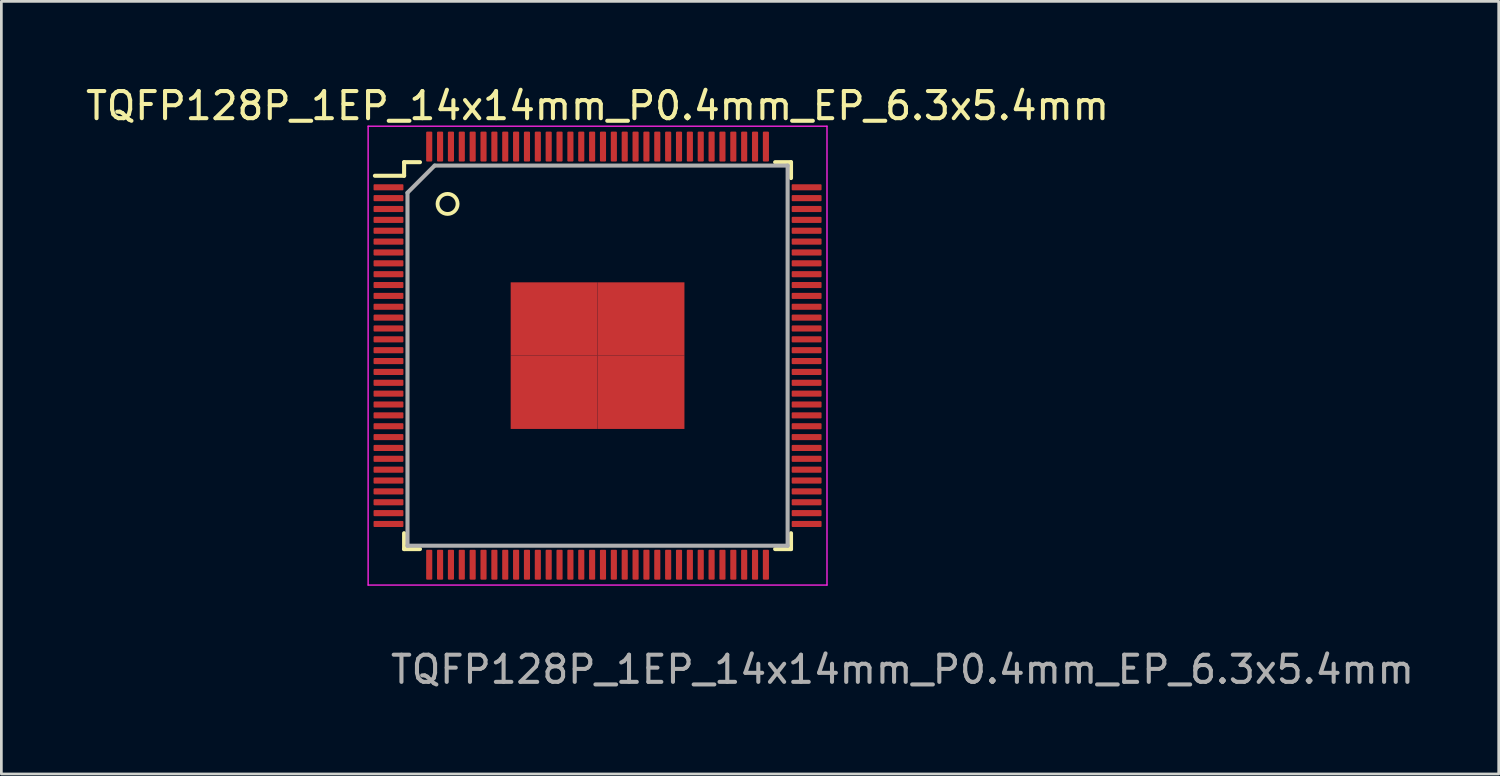
<source format=kicad_pcb>
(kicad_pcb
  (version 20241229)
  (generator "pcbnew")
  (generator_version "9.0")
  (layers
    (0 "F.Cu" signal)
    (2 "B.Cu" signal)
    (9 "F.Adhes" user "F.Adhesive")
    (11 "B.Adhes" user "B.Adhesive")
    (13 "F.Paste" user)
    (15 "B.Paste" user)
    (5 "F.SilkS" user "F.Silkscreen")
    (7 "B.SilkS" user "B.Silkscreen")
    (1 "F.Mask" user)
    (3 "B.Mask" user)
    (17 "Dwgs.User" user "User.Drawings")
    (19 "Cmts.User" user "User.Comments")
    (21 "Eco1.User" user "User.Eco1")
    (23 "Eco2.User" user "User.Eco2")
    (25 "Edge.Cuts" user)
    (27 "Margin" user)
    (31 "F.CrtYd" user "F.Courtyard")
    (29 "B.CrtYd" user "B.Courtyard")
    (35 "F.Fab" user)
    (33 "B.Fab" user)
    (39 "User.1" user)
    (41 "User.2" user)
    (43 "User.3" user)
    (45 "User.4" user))
  (footprint "TQFP128P_1EP_14x14mm_P0.4mm_EP_6.3x5.4mm"
    (layer "F.Cu")
    (at 18.958 10.048)
    (property "Reference" "TQFP128P_1EP_14x14mm_P0.4mm_EP_6.3x5.4mm" (at 0 -9.2 0) (layer "F.SilkS") (effects (font (size 1 1) (thickness 0.15))))
    (attr smd)
    (fp_line (start -7.125 -7.125) (end -7.125 -6.625) (stroke (width 0.15) (type solid)) (layer "F.SilkS"))
    (fp_line (start -7.125 -7.125) (end -6.54 -7.125) (stroke (width 0.15) (type solid)) (layer "F.SilkS"))
    (fp_line (start -7.125 -6.625) (end -8.2 -6.625) (stroke (width 0.15) (type solid)) (layer "F.SilkS"))
    (fp_line (start -7.125 7.125) (end -7.125 6.54) (stroke (width 0.15) (type solid)) (layer "F.SilkS"))
    (fp_line (start -7.125 7.125) (end -6.54 7.125) (stroke (width 0.15) (type solid)) (layer "F.SilkS"))
    (fp_line (start 7.125 -7.125) (end 6.54 -7.125) (stroke (width 0.15) (type solid)) (layer "F.SilkS"))
    (fp_line (start 7.125 -7.125) (end 7.125 -6.54) (stroke (width 0.15) (type solid)) (layer "F.SilkS"))
    (fp_line (start 7.125 7.125) (end 6.54 7.125) (stroke (width 0.15) (type solid)) (layer "F.SilkS"))
    (fp_line (start 7.125 7.125) (end 7.125 6.54) (stroke (width 0.15) (type solid)) (layer "F.SilkS"))
    (fp_circle (center -5.524 -5.588) (end -5.334 -5.271) (stroke (width 0.14) (type solid)) (fill no) (layer "F.SilkS"))
    (fp_line (start -8.45 -8.45) (end -8.45 8.45) (stroke (width 0.05) (type solid)) (layer "F.CrtYd"))
    (fp_line (start -8.45 -8.45) (end 8.45 -8.45) (stroke (width 0.05) (type solid)) (layer "F.CrtYd"))
    (fp_line (start -8.45 8.45) (end 8.45 8.45) (stroke (width 0.05) (type solid)) (layer "F.CrtYd"))
    (fp_line (start 8.45 -8.45) (end 8.45 8.45) (stroke (width 0.05) (type solid)) (layer "F.CrtYd"))
    (fp_line (start -7 -6) (end -6 -7) (stroke (width 0.15) (type solid)) (layer "F.Fab"))
    (fp_line (start -7 7) (end -7 -6) (stroke (width 0.15) (type solid)) (layer "F.Fab"))
    (fp_line (start -6 -7) (end 7 -7) (stroke (width 0.15) (type solid)) (layer "F.Fab"))
    (fp_line (start 7 -7) (end 7 7) (stroke (width 0.15) (type solid)) (layer "F.Fab"))
    (fp_line (start 7 7) (end -7 7) (stroke (width 0.15) (type solid)) (layer "F.Fab"))
    (fp_text user "${REFERENCE}" (at 11.23 11.56 0) (layer "F.Fab") (effects (font (size 1 1) (thickness 0.15))))
    (pad "1" smd roundrect (at -7.7 -6.2) (size 1.1 0.225) (layers "F.Cu" "F.Mask" "F.Paste") (roundrect_rratio 0.15))
    (pad "2" smd roundrect (at -7.7 -5.8) (size 1.1 0.225) (layers "F.Cu" "F.Mask" "F.Paste") (roundrect_rratio 0.15))
    (pad "3" smd roundrect (at -7.7 -5.4) (size 1.1 0.225) (layers "F.Cu" "F.Mask" "F.Paste") (roundrect_rratio 0.15))
    (pad "4" smd roundrect (at -7.7 -5) (size 1.1 0.225) (layers "F.Cu" "F.Mask" "F.Paste") (roundrect_rratio 0.15))
    (pad "5" smd roundrect (at -7.7 -4.6) (size 1.1 0.225) (layers "F.Cu" "F.Mask" "F.Paste") (roundrect_rratio 0.15))
    (pad "6" smd roundrect (at -7.7 -4.2) (size 1.1 0.225) (layers "F.Cu" "F.Mask" "F.Paste") (roundrect_rratio 0.15))
    (pad "7" smd roundrect (at -7.7 -3.8) (size 1.1 0.225) (layers "F.Cu" "F.Mask" "F.Paste") (roundrect_rratio 0.15))
    (pad "8" smd roundrect (at -7.7 -3.4) (size 1.1 0.225) (layers "F.Cu" "F.Mask" "F.Paste") (roundrect_rratio 0.15))
    (pad "9" smd roundrect (at -7.7 -3) (size 1.1 0.225) (layers "F.Cu" "F.Mask" "F.Paste") (roundrect_rratio 0.15))
    (pad "10" smd roundrect (at -7.7 -2.6) (size 1.1 0.225) (layers "F.Cu" "F.Mask" "F.Paste") (roundrect_rratio 0.15))
    (pad "11" smd roundrect (at -7.7 -2.2) (size 1.1 0.225) (layers "F.Cu" "F.Mask" "F.Paste") (roundrect_rratio 0.15))
    (pad "12" smd roundrect (at -7.7 -1.8) (size 1.1 0.225) (layers "F.Cu" "F.Mask" "F.Paste") (roundrect_rratio 0.15))
    (pad "13" smd roundrect (at -7.7 -1.4) (size 1.1 0.225) (layers "F.Cu" "F.Mask" "F.Paste") (roundrect_rratio 0.15))
    (pad "14" smd roundrect (at -7.7 -1) (size 1.1 0.225) (layers "F.Cu" "F.Mask" "F.Paste") (roundrect_rratio 0.15))
    (pad "15" smd roundrect (at -7.7 -0.6) (size 1.1 0.225) (layers "F.Cu" "F.Mask" "F.Paste") (roundrect_rratio 0.15))
    (pad "16" smd roundrect (at -7.7 -0.2) (size 1.1 0.225) (layers "F.Cu" "F.Mask" "F.Paste") (roundrect_rratio 0.15))
    (pad "17" smd roundrect (at -7.7 0.2) (size 1.1 0.225) (layers "F.Cu" "F.Mask" "F.Paste") (roundrect_rratio 0.15))
    (pad "18" smd roundrect (at -7.7 0.6) (size 1.1 0.225) (layers "F.Cu" "F.Mask" "F.Paste") (roundrect_rratio 0.15))
    (pad "19" smd roundrect (at -7.7 1) (size 1.1 0.225) (layers "F.Cu" "F.Mask" "F.Paste") (roundrect_rratio 0.15))
    (pad "20" smd roundrect (at -7.7 1.4) (size 1.1 0.225) (layers "F.Cu" "F.Mask" "F.Paste") (roundrect_rratio 0.15))
    (pad "21" smd roundrect (at -7.7 1.8) (size 1.1 0.225) (layers "F.Cu" "F.Mask" "F.Paste") (roundrect_rratio 0.15))
    (pad "22" smd roundrect (at -7.7 2.2) (size 1.1 0.225) (layers "F.Cu" "F.Mask" "F.Paste") (roundrect_rratio 0.15))
    (pad "23" smd roundrect (at -7.7 2.6) (size 1.1 0.225) (layers "F.Cu" "F.Mask" "F.Paste") (roundrect_rratio 0.15))
    (pad "24" smd roundrect (at -7.7 3) (size 1.1 0.225) (layers "F.Cu" "F.Mask" "F.Paste") (roundrect_rratio 0.15))
    (pad "25" smd roundrect (at -7.7 3.4) (size 1.1 0.225) (layers "F.Cu" "F.Mask" "F.Paste") (roundrect_rratio 0.15))
    (pad "26" smd roundrect (at -7.7 3.8) (size 1.1 0.225) (layers "F.Cu" "F.Mask" "F.Paste") (roundrect_rratio 0.15))
    (pad "27" smd roundrect (at -7.7 4.2) (size 1.1 0.225) (layers "F.Cu" "F.Mask" "F.Paste") (roundrect_rratio 0.15))
    (pad "28" smd roundrect (at -7.7 4.6) (size 1.1 0.225) (layers "F.Cu" "F.Mask" "F.Paste") (roundrect_rratio 0.15))
    (pad "29" smd roundrect (at -7.7 5) (size 1.1 0.225) (layers "F.Cu" "F.Mask" "F.Paste") (roundrect_rratio 0.15))
    (pad "30" smd roundrect (at -7.7 5.4) (size 1.1 0.225) (layers "F.Cu" "F.Mask" "F.Paste") (roundrect_rratio 0.15))
    (pad "31" smd roundrect (at -7.7 5.8) (size 1.1 0.225) (layers "F.Cu" "F.Mask" "F.Paste") (roundrect_rratio 0.15))
    (pad "32" smd roundrect (at -7.7 6.2) (size 1.1 0.225) (layers "F.Cu" "F.Mask" "F.Paste") (roundrect_rratio 0.15))
    (pad "33" smd roundrect (at -6.2 7.7 90) (size 1.1 0.225) (layers "F.Cu" "F.Mask" "F.Paste") (roundrect_rratio 0.15))
    (pad "34" smd roundrect (at -5.8 7.7 90) (size 1.1 0.225) (layers "F.Cu" "F.Mask" "F.Paste") (roundrect_rratio 0.15))
    (pad "35" smd roundrect (at -5.4 7.7 90) (size 1.1 0.225) (layers "F.Cu" "F.Mask" "F.Paste") (roundrect_rratio 0.15))
    (pad "36" smd roundrect (at -5 7.7 90) (size 1.1 0.225) (layers "F.Cu" "F.Mask" "F.Paste") (roundrect_rratio 0.15))
    (pad "37" smd roundrect (at -4.6 7.7 90) (size 1.1 0.225) (layers "F.Cu" "F.Mask" "F.Paste") (roundrect_rratio 0.15))
    (pad "38" smd roundrect (at -4.2 7.7 90) (size 1.1 0.225) (layers "F.Cu" "F.Mask" "F.Paste") (roundrect_rratio 0.15))
    (pad "39" smd roundrect (at -3.8 7.7 90) (size 1.1 0.225) (layers "F.Cu" "F.Mask" "F.Paste") (roundrect_rratio 0.15))
    (pad "40" smd roundrect (at -3.4 7.7 90) (size 1.1 0.225) (layers "F.Cu" "F.Mask" "F.Paste") (roundrect_rratio 0.15))
    (pad "41" smd roundrect (at -3 7.7 90) (size 1.1 0.225) (layers "F.Cu" "F.Mask" "F.Paste") (roundrect_rratio 0.15))
    (pad "42" smd roundrect (at -2.6 7.7 90) (size 1.1 0.225) (layers "F.Cu" "F.Mask" "F.Paste") (roundrect_rratio 0.15))
    (pad "43" smd roundrect (at -2.2 7.7 90) (size 1.1 0.225) (layers "F.Cu" "F.Mask" "F.Paste") (roundrect_rratio 0.15))
    (pad "44" smd roundrect (at -1.8 7.7 90) (size 1.1 0.225) (layers "F.Cu" "F.Mask" "F.Paste") (roundrect_rratio 0.15))
    (pad "45" smd roundrect (at -1.4 7.7 90) (size 1.1 0.225) (layers "F.Cu" "F.Mask" "F.Paste") (roundrect_rratio 0.15))
    (pad "46" smd roundrect (at -1 7.7 90) (size 1.1 0.225) (layers "F.Cu" "F.Mask" "F.Paste") (roundrect_rratio 0.15))
    (pad "47" smd roundrect (at -0.6 7.7 90) (size 1.1 0.225) (layers "F.Cu" "F.Mask" "F.Paste") (roundrect_rratio 0.15))
    (pad "48" smd roundrect (at -0.2 7.7 90) (size 1.1 0.225) (layers "F.Cu" "F.Mask" "F.Paste") (roundrect_rratio 0.15))
    (pad "49" smd roundrect (at 0.2 7.7 90) (size 1.1 0.225) (layers "F.Cu" "F.Mask" "F.Paste") (roundrect_rratio 0.15))
    (pad "50" smd roundrect (at 0.6 7.7 90) (size 1.1 0.225) (layers "F.Cu" "F.Mask" "F.Paste") (roundrect_rratio 0.15))
    (pad "51" smd roundrect (at 1 7.7 90) (size 1.1 0.225) (layers "F.Cu" "F.Mask" "F.Paste") (roundrect_rratio 0.15))
    (pad "52" smd roundrect (at 1.4 7.7 90) (size 1.1 0.225) (layers "F.Cu" "F.Mask" "F.Paste") (roundrect_rratio 0.15))
    (pad "53" smd roundrect (at 1.8 7.7 90) (size 1.1 0.225) (layers "F.Cu" "F.Mask" "F.Paste") (roundrect_rratio 0.15))
    (pad "54" smd roundrect (at 2.2 7.7 90) (size 1.1 0.225) (layers "F.Cu" "F.Mask" "F.Paste") (roundrect_rratio 0.15))
    (pad "55" smd roundrect (at 2.6 7.7 90) (size 1.1 0.225) (layers "F.Cu" "F.Mask" "F.Paste") (roundrect_rratio 0.15))
    (pad "56" smd roundrect (at 3 7.7 90) (size 1.1 0.225) (layers "F.Cu" "F.Mask" "F.Paste") (roundrect_rratio 0.15))
    (pad "57" smd roundrect (at 3.4 7.7 90) (size 1.1 0.225) (layers "F.Cu" "F.Mask" "F.Paste") (roundrect_rratio 0.15))
    (pad "58" smd roundrect (at 3.8 7.7 90) (size 1.1 0.225) (layers "F.Cu" "F.Mask" "F.Paste") (roundrect_rratio 0.15))
    (pad "59" smd roundrect (at 4.2 7.7 90) (size 1.1 0.225) (layers "F.Cu" "F.Mask" "F.Paste") (roundrect_rratio 0.15))
    (pad "60" smd roundrect (at 4.6 7.7 90) (size 1.1 0.225) (layers "F.Cu" "F.Mask" "F.Paste") (roundrect_rratio 0.15))
    (pad "61" smd roundrect (at 5 7.7 90) (size 1.1 0.225) (layers "F.Cu" "F.Mask" "F.Paste") (roundrect_rratio 0.15))
    (pad "62" smd roundrect (at 5.4 7.7 90) (size 1.1 0.225) (layers "F.Cu" "F.Mask" "F.Paste") (roundrect_rratio 0.15))
    (pad "63" smd roundrect (at 5.8 7.7 90) (size 1.1 0.225) (layers "F.Cu" "F.Mask" "F.Paste") (roundrect_rratio 0.15))
    (pad "64" smd roundrect (at 6.2 7.7 90) (size 1.1 0.225) (layers "F.Cu" "F.Mask" "F.Paste") (roundrect_rratio 0.15))
    (pad "65" smd roundrect (at 7.7 6.2) (size 1.1 0.225) (layers "F.Cu" "F.Mask" "F.Paste") (roundrect_rratio 0.15))
    (pad "66" smd roundrect (at 7.7 5.8) (size 1.1 0.225) (layers "F.Cu" "F.Mask" "F.Paste") (roundrect_rratio 0.15))
    (pad "67" smd roundrect (at 7.7 5.4) (size 1.1 0.225) (layers "F.Cu" "F.Mask" "F.Paste") (roundrect_rratio 0.15))
    (pad "68" smd roundrect (at 7.7 5) (size 1.1 0.225) (layers "F.Cu" "F.Mask" "F.Paste") (roundrect_rratio 0.15))
    (pad "69" smd roundrect (at 7.7 4.6) (size 1.1 0.225) (layers "F.Cu" "F.Mask" "F.Paste") (roundrect_rratio 0.15))
    (pad "70" smd roundrect (at 7.7 4.2) (size 1.1 0.225) (layers "F.Cu" "F.Mask" "F.Paste") (roundrect_rratio 0.15))
    (pad "71" smd roundrect (at 7.7 3.8) (size 1.1 0.225) (layers "F.Cu" "F.Mask" "F.Paste") (roundrect_rratio 0.15))
    (pad "72" smd roundrect (at 7.7 3.4) (size 1.1 0.225) (layers "F.Cu" "F.Mask" "F.Paste") (roundrect_rratio 0.15))
    (pad "73" smd roundrect (at 7.7 3) (size 1.1 0.225) (layers "F.Cu" "F.Mask" "F.Paste") (roundrect_rratio 0.15))
    (pad "74" smd roundrect (at 7.7 2.6) (size 1.1 0.225) (layers "F.Cu" "F.Mask" "F.Paste") (roundrect_rratio 0.15))
    (pad "75" smd roundrect (at 7.7 2.2) (size 1.1 0.225) (layers "F.Cu" "F.Mask" "F.Paste") (roundrect_rratio 0.15))
    (pad "76" smd roundrect (at 7.7 1.8) (size 1.1 0.225) (layers "F.Cu" "F.Mask" "F.Paste") (roundrect_rratio 0.15))
    (pad "77" smd roundrect (at 7.7 1.4) (size 1.1 0.225) (layers "F.Cu" "F.Mask" "F.Paste") (roundrect_rratio 0.15))
    (pad "78" smd roundrect (at 7.7 1) (size 1.1 0.225) (layers "F.Cu" "F.Mask" "F.Paste") (roundrect_rratio 0.15))
    (pad "79" smd roundrect (at 7.7 0.6) (size 1.1 0.225) (layers "F.Cu" "F.Mask" "F.Paste") (roundrect_rratio 0.15))
    (pad "80" smd roundrect (at 7.7 0.2) (size 1.1 0.225) (layers "F.Cu" "F.Mask" "F.Paste") (roundrect_rratio 0.15))
    (pad "81" smd roundrect (at 7.7 -0.2) (size 1.1 0.225) (layers "F.Cu" "F.Mask" "F.Paste") (roundrect_rratio 0.15))
    (pad "82" smd roundrect (at 7.7 -0.6) (size 1.1 0.225) (layers "F.Cu" "F.Mask" "F.Paste") (roundrect_rratio 0.15))
    (pad "83" smd roundrect (at 7.7 -1) (size 1.1 0.225) (layers "F.Cu" "F.Mask" "F.Paste") (roundrect_rratio 0.15))
    (pad "84" smd roundrect (at 7.7 -1.4) (size 1.1 0.225) (layers "F.Cu" "F.Mask" "F.Paste") (roundrect_rratio 0.15))
    (pad "85" smd roundrect (at 7.7 -1.8) (size 1.1 0.225) (layers "F.Cu" "F.Mask" "F.Paste") (roundrect_rratio 0.15))
    (pad "86" smd roundrect (at 7.7 -2.2) (size 1.1 0.225) (layers "F.Cu" "F.Mask" "F.Paste") (roundrect_rratio 0.15))
    (pad "87" smd roundrect (at 7.7 -2.6) (size 1.1 0.225) (layers "F.Cu" "F.Mask" "F.Paste") (roundrect_rratio 0.15))
    (pad "88" smd roundrect (at 7.7 -3) (size 1.1 0.225) (layers "F.Cu" "F.Mask" "F.Paste") (roundrect_rratio 0.15))
    (pad "89" smd roundrect (at 7.7 -3.4) (size 1.1 0.225) (layers "F.Cu" "F.Mask" "F.Paste") (roundrect_rratio 0.15))
    (pad "90" smd roundrect (at 7.7 -3.8) (size 1.1 0.225) (layers "F.Cu" "F.Mask" "F.Paste") (roundrect_rratio 0.15))
    (pad "91" smd roundrect (at 7.7 -4.2) (size 1.1 0.225) (layers "F.Cu" "F.Mask" "F.Paste") (roundrect_rratio 0.15))
    (pad "92" smd roundrect (at 7.7 -4.6) (size 1.1 0.225) (layers "F.Cu" "F.Mask" "F.Paste") (roundrect_rratio 0.15))
    (pad "93" smd roundrect (at 7.7 -5) (size 1.1 0.225) (layers "F.Cu" "F.Mask" "F.Paste") (roundrect_rratio 0.15))
    (pad "94" smd roundrect (at 7.7 -5.4) (size 1.1 0.225) (layers "F.Cu" "F.Mask" "F.Paste") (roundrect_rratio 0.15))
    (pad "95" smd roundrect (at 7.7 -5.8) (size 1.1 0.225) (layers "F.Cu" "F.Mask" "F.Paste") (roundrect_rratio 0.15))
    (pad "96" smd roundrect (at 7.7 -6.2) (size 1.1 0.225) (layers "F.Cu" "F.Mask" "F.Paste") (roundrect_rratio 0.15))
    (pad "97" smd roundrect (at 6.2 -7.7 90) (size 1.1 0.225) (layers "F.Cu" "F.Mask" "F.Paste") (roundrect_rratio 0.15))
    (pad "98" smd roundrect (at 5.8 -7.7 90) (size 1.1 0.225) (layers "F.Cu" "F.Mask" "F.Paste") (roundrect_rratio 0.15))
    (pad "99" smd roundrect (at 5.4 -7.7 90) (size 1.1 0.225) (layers "F.Cu" "F.Mask" "F.Paste") (roundrect_rratio 0.15))
    (pad "100" smd roundrect (at 5 -7.7 90) (size 1.1 0.225) (layers "F.Cu" "F.Mask" "F.Paste") (roundrect_rratio 0.15))
    (pad "101" smd roundrect (at 4.6 -7.7 90) (size 1.1 0.225) (layers "F.Cu" "F.Mask" "F.Paste") (roundrect_rratio 0.15))
    (pad "102" smd roundrect (at 4.2 -7.7 90) (size 1.1 0.225) (layers "F.Cu" "F.Mask" "F.Paste") (roundrect_rratio 0.15))
    (pad "103" smd roundrect (at 3.8 -7.7 90) (size 1.1 0.225) (layers "F.Cu" "F.Mask" "F.Paste") (roundrect_rratio 0.15))
    (pad "104" smd roundrect (at 3.4 -7.7 90) (size 1.1 0.225) (layers "F.Cu" "F.Mask" "F.Paste") (roundrect_rratio 0.15))
    (pad "105" smd roundrect (at 3 -7.7 90) (size 1.1 0.225) (layers "F.Cu" "F.Mask" "F.Paste") (roundrect_rratio 0.15))
    (pad "106" smd roundrect (at 2.6 -7.7 90) (size 1.1 0.225) (layers "F.Cu" "F.Mask" "F.Paste") (roundrect_rratio 0.15))
    (pad "107" smd roundrect (at 2.2 -7.7 90) (size 1.1 0.225) (layers "F.Cu" "F.Mask" "F.Paste") (roundrect_rratio 0.15))
    (pad "108" smd roundrect (at 1.8 -7.7 90) (size 1.1 0.225) (layers "F.Cu" "F.Mask" "F.Paste") (roundrect_rratio 0.15))
    (pad "109" smd roundrect (at 1.4 -7.7 90) (size 1.1 0.225) (layers "F.Cu" "F.Mask" "F.Paste") (roundrect_rratio 0.15))
    (pad "110" smd roundrect (at 1 -7.7 90) (size 1.1 0.225) (layers "F.Cu" "F.Mask" "F.Paste") (roundrect_rratio 0.15))
    (pad "111" smd roundrect (at 0.6 -7.7 90) (size 1.1 0.225) (layers "F.Cu" "F.Mask" "F.Paste") (roundrect_rratio 0.15))
    (pad "112" smd roundrect (at 0.2 -7.7 90) (size 1.1 0.225) (layers "F.Cu" "F.Mask" "F.Paste") (roundrect_rratio 0.15))
    (pad "113" smd roundrect (at -0.2 -7.7 90) (size 1.1 0.225) (layers "F.Cu" "F.Mask" "F.Paste") (roundrect_rratio 0.15))
    (pad "114" smd roundrect (at -0.6 -7.7 90) (size 1.1 0.225) (layers "F.Cu" "F.Mask" "F.Paste") (roundrect_rratio 0.15))
    (pad "115" smd roundrect (at -1 -7.7 90) (size 1.1 0.225) (layers "F.Cu" "F.Mask" "F.Paste") (roundrect_rratio 0.15))
    (pad "116" smd roundrect (at -1.4 -7.7 90) (size 1.1 0.225) (layers "F.Cu" "F.Mask" "F.Paste") (roundrect_rratio 0.15))
    (pad "117" smd roundrect (at -1.8 -7.7 90) (size 1.1 0.225) (layers "F.Cu" "F.Mask" "F.Paste") (roundrect_rratio 0.15))
    (pad "118" smd roundrect (at -2.2 -7.7 90) (size 1.1 0.225) (layers "F.Cu" "F.Mask" "F.Paste") (roundrect_rratio 0.15))
    (pad "119" smd roundrect (at -2.6 -7.7 90) (size 1.1 0.225) (layers "F.Cu" "F.Mask" "F.Paste") (roundrect_rratio 0.15))
    (pad "120" smd roundrect (at -3 -7.7 90) (size 1.1 0.225) (layers "F.Cu" "F.Mask" "F.Paste") (roundrect_rratio 0.15))
    (pad "121" smd roundrect (at -3.4 -7.7 90) (size 1.1 0.225) (layers "F.Cu" "F.Mask" "F.Paste") (roundrect_rratio 0.15))
    (pad "122" smd roundrect (at -3.8 -7.7 90) (size 1.1 0.225) (layers "F.Cu" "F.Mask" "F.Paste") (roundrect_rratio 0.15))
    (pad "123" smd roundrect (at -4.2 -7.7 90) (size 1.1 0.225) (layers "F.Cu" "F.Mask" "F.Paste") (roundrect_rratio 0.15))
    (pad "124" smd roundrect (at -4.6 -7.7 90) (size 1.1 0.225) (layers "F.Cu" "F.Mask" "F.Paste") (roundrect_rratio 0.15))
    (pad "125" smd roundrect (at -5 -7.7 90) (size 1.1 0.225) (layers "F.Cu" "F.Mask" "F.Paste") (roundrect_rratio 0.15))
    (pad "126" smd roundrect (at -5.4 -7.7 90) (size 1.1 0.225) (layers "F.Cu" "F.Mask" "F.Paste") (roundrect_rratio 0.15))
    (pad "127" smd roundrect (at -5.8 -7.7 90) (size 1.1 0.225) (layers "F.Cu" "F.Mask" "F.Paste") (roundrect_rratio 0.15))
    (pad "128" smd roundrect (at -6.2 -7.7 90) (size 1.1 0.225) (layers "F.Cu" "F.Mask" "F.Paste") (roundrect_rratio 0.15))
    (pad "129" smd rect (at -1.6 -1.35) (size 3.2 2.7) (layers "F.Cu" "F.Mask" "F.Paste"))
    (pad "129" smd rect (at -1.6 1.35) (size 3.2 2.7) (layers "F.Cu" "F.Mask" "F.Paste"))
    (pad "129" smd rect (at 1.6 -1.35) (size 3.2 2.7) (layers "F.Cu" "F.Mask" "F.Paste"))
    (pad "129" smd rect (at 1.6 1.35) (size 3.2 2.7) (layers "F.Cu" "F.Mask" "F.Paste")))
  (gr_rect
    (start -3 -3)
    (end 52.147 25.456)
    (stroke (width 0.1) (type default))
    (fill no)
    (layer "Edge.Cuts")))
</source>
